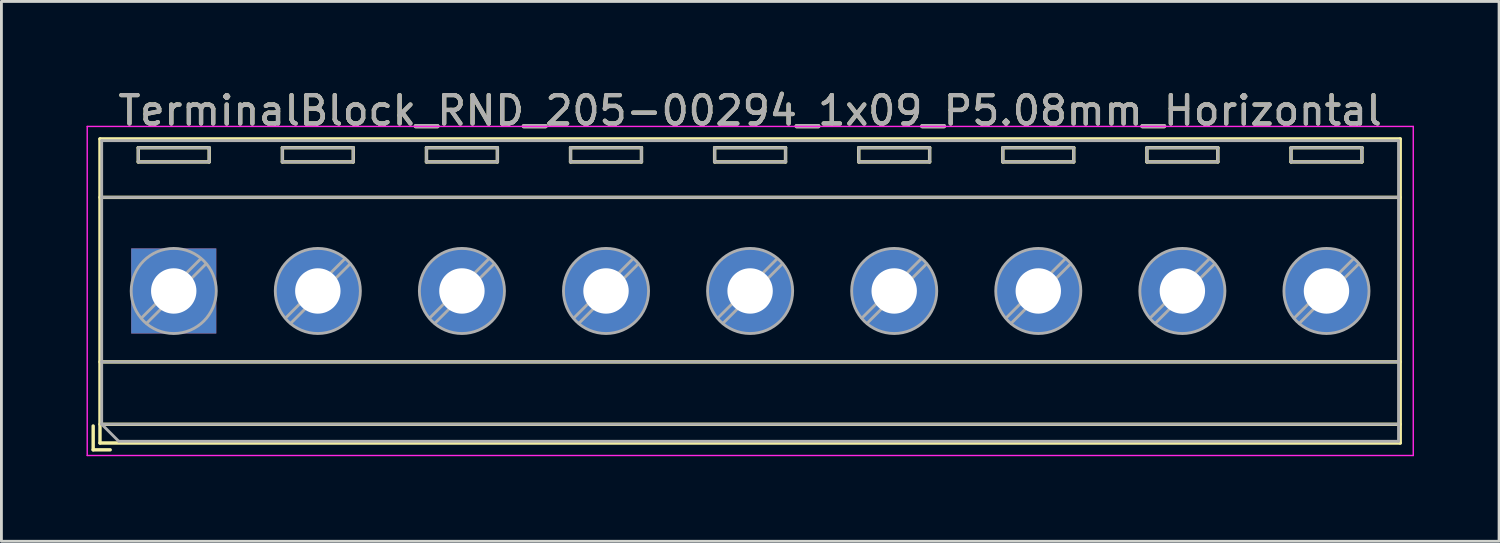
<source format=kicad_pcb>
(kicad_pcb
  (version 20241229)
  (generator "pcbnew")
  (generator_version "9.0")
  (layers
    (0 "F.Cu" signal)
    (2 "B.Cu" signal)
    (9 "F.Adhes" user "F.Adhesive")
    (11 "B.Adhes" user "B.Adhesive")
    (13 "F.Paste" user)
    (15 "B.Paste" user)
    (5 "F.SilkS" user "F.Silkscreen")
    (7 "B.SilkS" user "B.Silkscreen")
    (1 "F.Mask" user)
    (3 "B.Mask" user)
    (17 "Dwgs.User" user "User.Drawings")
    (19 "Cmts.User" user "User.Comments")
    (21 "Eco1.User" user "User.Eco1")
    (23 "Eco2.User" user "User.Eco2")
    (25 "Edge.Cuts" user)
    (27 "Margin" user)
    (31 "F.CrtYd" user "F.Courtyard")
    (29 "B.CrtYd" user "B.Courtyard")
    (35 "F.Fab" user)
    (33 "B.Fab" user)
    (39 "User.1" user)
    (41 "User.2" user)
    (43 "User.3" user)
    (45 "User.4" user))
  (footprint "TerminalBlock_RND_205-00294_1x09_P5.08mm_Horizontal"
    (layer "F.Cu")
    (at 3.075 7.208)
    (property "Reference" "TerminalBlock_RND_205-00294_1x09_P5.08mm_Horizontal" (at 20.32 -6.36 0) (layer "F.SilkS") (effects (font (size 1 1) (thickness 0.15))))
    (attr through_hole)
    (fp_line (start -2.84 4.76) (end -2.84 5.6) (stroke (width 0.12) (type solid)) (layer "F.SilkS"))
    (fp_line (start -2.84 5.6) (end -2.24 5.6) (stroke (width 0.12) (type solid)) (layer "F.SilkS"))
    (fp_line (start -2.6 -5.36) (end -2.6 5.36) (stroke (width 0.12) (type solid)) (layer "F.SilkS"))
    (fp_line (start -2.6 -5.36) (end 43.24 -5.36) (stroke (width 0.12) (type solid)) (layer "F.SilkS"))
    (fp_line (start -2.6 -3.3) (end 43.24 -3.3) (stroke (width 0.12) (type solid)) (layer "F.SilkS"))
    (fp_line (start -2.6 2.5) (end 43.24 2.5) (stroke (width 0.12) (type solid)) (layer "F.SilkS"))
    (fp_line (start -2.6 4.7) (end 43.24 4.7) (stroke (width 0.12) (type solid)) (layer "F.SilkS"))
    (fp_line (start -2.6 5.36) (end 43.24 5.36) (stroke (width 0.12) (type solid)) (layer "F.SilkS"))
    (fp_line (start -1.25 -5.05) (end -1.25 -4.55) (stroke (width 0.12) (type solid)) (layer "F.SilkS"))
    (fp_line (start -1.25 -5.05) (end 1.25 -5.05) (stroke (width 0.12) (type solid)) (layer "F.SilkS"))
    (fp_line (start -1.25 -4.55) (end 1.25 -4.55) (stroke (width 0.12) (type solid)) (layer "F.SilkS"))
    (fp_line (start 1.25 -5.05) (end 1.25 -4.55) (stroke (width 0.12) (type solid)) (layer "F.SilkS"))
    (fp_line (start 3.83 -5.05) (end 3.83 -4.55) (stroke (width 0.12) (type solid)) (layer "F.SilkS"))
    (fp_line (start 3.83 -5.05) (end 6.33 -5.05) (stroke (width 0.12) (type solid)) (layer "F.SilkS"))
    (fp_line (start 3.83 -4.55) (end 6.33 -4.55) (stroke (width 0.12) (type solid)) (layer "F.SilkS"))
    (fp_line (start 6.33 -5.05) (end 6.33 -4.55) (stroke (width 0.12) (type solid)) (layer "F.SilkS"))
    (fp_line (start 8.91 -5.05) (end 8.91 -4.55) (stroke (width 0.12) (type solid)) (layer "F.SilkS"))
    (fp_line (start 8.91 -5.05) (end 11.41 -5.05) (stroke (width 0.12) (type solid)) (layer "F.SilkS"))
    (fp_line (start 8.91 -4.55) (end 11.41 -4.55) (stroke (width 0.12) (type solid)) (layer "F.SilkS"))
    (fp_line (start 11.41 -5.05) (end 11.41 -4.55) (stroke (width 0.12) (type solid)) (layer "F.SilkS"))
    (fp_line (start 13.99 -5.05) (end 13.99 -4.55) (stroke (width 0.12) (type solid)) (layer "F.SilkS"))
    (fp_line (start 13.99 -5.05) (end 16.49 -5.05) (stroke (width 0.12) (type solid)) (layer "F.SilkS"))
    (fp_line (start 13.99 -4.55) (end 16.49 -4.55) (stroke (width 0.12) (type solid)) (layer "F.SilkS"))
    (fp_line (start 16.49 -5.05) (end 16.49 -4.55) (stroke (width 0.12) (type solid)) (layer "F.SilkS"))
    (fp_line (start 19.07 -5.05) (end 19.07 -4.55) (stroke (width 0.12) (type solid)) (layer "F.SilkS"))
    (fp_line (start 19.07 -5.05) (end 21.57 -5.05) (stroke (width 0.12) (type solid)) (layer "F.SilkS"))
    (fp_line (start 19.07 -4.55) (end 21.57 -4.55) (stroke (width 0.12) (type solid)) (layer "F.SilkS"))
    (fp_line (start 21.57 -5.05) (end 21.57 -4.55) (stroke (width 0.12) (type solid)) (layer "F.SilkS"))
    (fp_line (start 24.15 -5.05) (end 24.15 -4.55) (stroke (width 0.12) (type solid)) (layer "F.SilkS"))
    (fp_line (start 24.15 -5.05) (end 26.65 -5.05) (stroke (width 0.12) (type solid)) (layer "F.SilkS"))
    (fp_line (start 24.15 -4.55) (end 26.65 -4.55) (stroke (width 0.12) (type solid)) (layer "F.SilkS"))
    (fp_line (start 26.65 -5.05) (end 26.65 -4.55) (stroke (width 0.12) (type solid)) (layer "F.SilkS"))
    (fp_line (start 29.23 -5.05) (end 29.23 -4.55) (stroke (width 0.12) (type solid)) (layer "F.SilkS"))
    (fp_line (start 29.23 -5.05) (end 31.73 -5.05) (stroke (width 0.12) (type solid)) (layer "F.SilkS"))
    (fp_line (start 29.23 -4.55) (end 31.73 -4.55) (stroke (width 0.12) (type solid)) (layer "F.SilkS"))
    (fp_line (start 31.73 -5.05) (end 31.73 -4.55) (stroke (width 0.12) (type solid)) (layer "F.SilkS"))
    (fp_line (start 34.31 -5.05) (end 34.31 -4.55) (stroke (width 0.12) (type solid)) (layer "F.SilkS"))
    (fp_line (start 34.31 -5.05) (end 36.81 -5.05) (stroke (width 0.12) (type solid)) (layer "F.SilkS"))
    (fp_line (start 34.31 -4.55) (end 36.81 -4.55) (stroke (width 0.12) (type solid)) (layer "F.SilkS"))
    (fp_line (start 36.81 -5.05) (end 36.81 -4.55) (stroke (width 0.12) (type solid)) (layer "F.SilkS"))
    (fp_line (start 39.39 -5.05) (end 39.39 -4.55) (stroke (width 0.12) (type solid)) (layer "F.SilkS"))
    (fp_line (start 39.39 -5.05) (end 41.89 -5.05) (stroke (width 0.12) (type solid)) (layer "F.SilkS"))
    (fp_line (start 39.39 -4.55) (end 41.89 -4.55) (stroke (width 0.12) (type solid)) (layer "F.SilkS"))
    (fp_line (start 41.89 -5.05) (end 41.89 -4.55) (stroke (width 0.12) (type solid)) (layer "F.SilkS"))
    (fp_line (start 43.24 -5.36) (end 43.24 5.36) (stroke (width 0.12) (type solid)) (layer "F.SilkS"))
    (fp_line (start -3.05 -5.8) (end -3.05 5.8) (stroke (width 0.05) (type solid)) (layer "F.CrtYd"))
    (fp_line (start -3.05 5.8) (end 43.7 5.8) (stroke (width 0.05) (type solid)) (layer "F.CrtYd"))
    (fp_line (start 43.7 -5.8) (end -3.05 -5.8) (stroke (width 0.05) (type solid)) (layer "F.CrtYd"))
    (fp_line (start 43.7 5.8) (end 43.7 -5.8) (stroke (width 0.05) (type solid)) (layer "F.CrtYd"))
    (fp_line (start -2.54 -5.3) (end 43.18 -5.3) (stroke (width 0.1) (type solid)) (layer "F.Fab"))
    (fp_line (start -2.54 -3.3) (end 43.18 -3.3) (stroke (width 0.1) (type solid)) (layer "F.Fab"))
    (fp_line (start -2.54 2.5) (end 43.18 2.5) (stroke (width 0.1) (type solid)) (layer "F.Fab"))
    (fp_line (start -2.54 4.7) (end -2.54 -5.3) (stroke (width 0.1) (type solid)) (layer "F.Fab"))
    (fp_line (start -2.54 4.7) (end 43.18 4.7) (stroke (width 0.1) (type solid)) (layer "F.Fab"))
    (fp_line (start -1.94 5.3) (end -2.54 4.7) (stroke (width 0.1) (type solid)) (layer "F.Fab"))
    (fp_line (start -1.25 -5.05) (end -1.25 -4.55) (stroke (width 0.1) (type solid)) (layer "F.Fab"))
    (fp_line (start -1.25 -4.55) (end 1.25 -4.55) (stroke (width 0.1) (type solid)) (layer "F.Fab"))
    (fp_line (start 0.955 -1.138) (end -1.138 0.955) (stroke (width 0.1) (type solid)) (layer "F.Fab"))
    (fp_line (start 1.138 -0.955) (end -0.955 1.138) (stroke (width 0.1) (type solid)) (layer "F.Fab"))
    (fp_line (start 1.25 -5.05) (end -1.25 -5.05) (stroke (width 0.1) (type solid)) (layer "F.Fab"))
    (fp_line (start 1.25 -4.55) (end 1.25 -5.05) (stroke (width 0.1) (type solid)) (layer "F.Fab"))
    (fp_line (start 3.83 -5.05) (end 3.83 -4.55) (stroke (width 0.1) (type solid)) (layer "F.Fab"))
    (fp_line (start 3.83 -4.55) (end 6.33 -4.55) (stroke (width 0.1) (type solid)) (layer "F.Fab"))
    (fp_line (start 6.035 -1.138) (end 3.943 0.955) (stroke (width 0.1) (type solid)) (layer "F.Fab"))
    (fp_line (start 6.218 -0.955) (end 4.126 1.138) (stroke (width 0.1) (type solid)) (layer "F.Fab"))
    (fp_line (start 6.33 -5.05) (end 3.83 -5.05) (stroke (width 0.1) (type solid)) (layer "F.Fab"))
    (fp_line (start 6.33 -4.55) (end 6.33 -5.05) (stroke (width 0.1) (type solid)) (layer "F.Fab"))
    (fp_line (start 8.91 -5.05) (end 8.91 -4.55) (stroke (width 0.1) (type solid)) (layer "F.Fab"))
    (fp_line (start 8.91 -4.55) (end 11.41 -4.55) (stroke (width 0.1) (type solid)) (layer "F.Fab"))
    (fp_line (start 11.115 -1.138) (end 9.023 0.955) (stroke (width 0.1) (type solid)) (layer "F.Fab"))
    (fp_line (start 11.298 -0.955) (end 9.206 1.138) (stroke (width 0.1) (type solid)) (layer "F.Fab"))
    (fp_line (start 11.41 -5.05) (end 8.91 -5.05) (stroke (width 0.1) (type solid)) (layer "F.Fab"))
    (fp_line (start 11.41 -4.55) (end 11.41 -5.05) (stroke (width 0.1) (type solid)) (layer "F.Fab"))
    (fp_line (start 13.99 -5.05) (end 13.99 -4.55) (stroke (width 0.1) (type solid)) (layer "F.Fab"))
    (fp_line (start 13.99 -4.55) (end 16.49 -4.55) (stroke (width 0.1) (type solid)) (layer "F.Fab"))
    (fp_line (start 16.195 -1.138) (end 14.103 0.955) (stroke (width 0.1) (type solid)) (layer "F.Fab"))
    (fp_line (start 16.378 -0.955) (end 14.286 1.138) (stroke (width 0.1) (type solid)) (layer "F.Fab"))
    (fp_line (start 16.49 -5.05) (end 13.99 -5.05) (stroke (width 0.1) (type solid)) (layer "F.Fab"))
    (fp_line (start 16.49 -4.55) (end 16.49 -5.05) (stroke (width 0.1) (type solid)) (layer "F.Fab"))
    (fp_line (start 19.07 -5.05) (end 19.07 -4.55) (stroke (width 0.1) (type solid)) (layer "F.Fab"))
    (fp_line (start 19.07 -4.55) (end 21.57 -4.55) (stroke (width 0.1) (type solid)) (layer "F.Fab"))
    (fp_line (start 21.275 -1.138) (end 19.183 0.955) (stroke (width 0.1) (type solid)) (layer "F.Fab"))
    (fp_line (start 21.458 -0.955) (end 19.366 1.138) (stroke (width 0.1) (type solid)) (layer "F.Fab"))
    (fp_line (start 21.57 -5.05) (end 19.07 -5.05) (stroke (width 0.1) (type solid)) (layer "F.Fab"))
    (fp_line (start 21.57 -4.55) (end 21.57 -5.05) (stroke (width 0.1) (type solid)) (layer "F.Fab"))
    (fp_line (start 24.15 -5.05) (end 24.15 -4.55) (stroke (width 0.1) (type solid)) (layer "F.Fab"))
    (fp_line (start 24.15 -4.55) (end 26.65 -4.55) (stroke (width 0.1) (type solid)) (layer "F.Fab"))
    (fp_line (start 26.355 -1.138) (end 24.263 0.955) (stroke (width 0.1) (type solid)) (layer "F.Fab"))
    (fp_line (start 26.538 -0.955) (end 24.446 1.138) (stroke (width 0.1) (type solid)) (layer "F.Fab"))
    (fp_line (start 26.65 -5.05) (end 24.15 -5.05) (stroke (width 0.1) (type solid)) (layer "F.Fab"))
    (fp_line (start 26.65 -4.55) (end 26.65 -5.05) (stroke (width 0.1) (type solid)) (layer "F.Fab"))
    (fp_line (start 29.23 -5.05) (end 29.23 -4.55) (stroke (width 0.1) (type solid)) (layer "F.Fab"))
    (fp_line (start 29.23 -4.55) (end 31.73 -4.55) (stroke (width 0.1) (type solid)) (layer "F.Fab"))
    (fp_line (start 31.435 -1.138) (end 29.343 0.955) (stroke (width 0.1) (type solid)) (layer "F.Fab"))
    (fp_line (start 31.618 -0.955) (end 29.526 1.138) (stroke (width 0.1) (type solid)) (layer "F.Fab"))
    (fp_line (start 31.73 -5.05) (end 29.23 -5.05) (stroke (width 0.1) (type solid)) (layer "F.Fab"))
    (fp_line (start 31.73 -4.55) (end 31.73 -5.05) (stroke (width 0.1) (type solid)) (layer "F.Fab"))
    (fp_line (start 34.31 -5.05) (end 34.31 -4.55) (stroke (width 0.1) (type solid)) (layer "F.Fab"))
    (fp_line (start 34.31 -4.55) (end 36.81 -4.55) (stroke (width 0.1) (type solid)) (layer "F.Fab"))
    (fp_line (start 36.515 -1.138) (end 34.423 0.955) (stroke (width 0.1) (type solid)) (layer "F.Fab"))
    (fp_line (start 36.698 -0.955) (end 34.606 1.138) (stroke (width 0.1) (type solid)) (layer "F.Fab"))
    (fp_line (start 36.81 -5.05) (end 34.31 -5.05) (stroke (width 0.1) (type solid)) (layer "F.Fab"))
    (fp_line (start 36.81 -4.55) (end 36.81 -5.05) (stroke (width 0.1) (type solid)) (layer "F.Fab"))
    (fp_line (start 39.39 -5.05) (end 39.39 -4.55) (stroke (width 0.1) (type solid)) (layer "F.Fab"))
    (fp_line (start 39.39 -4.55) (end 41.89 -4.55) (stroke (width 0.1) (type solid)) (layer "F.Fab"))
    (fp_line (start 41.595 -1.138) (end 39.503 0.955) (stroke (width 0.1) (type solid)) (layer "F.Fab"))
    (fp_line (start 41.778 -0.955) (end 39.686 1.138) (stroke (width 0.1) (type solid)) (layer "F.Fab"))
    (fp_line (start 41.89 -5.05) (end 39.39 -5.05) (stroke (width 0.1) (type solid)) (layer "F.Fab"))
    (fp_line (start 41.89 -4.55) (end 41.89 -5.05) (stroke (width 0.1) (type solid)) (layer "F.Fab"))
    (fp_line (start 43.18 -5.3) (end 43.18 5.3) (stroke (width 0.1) (type solid)) (layer "F.Fab"))
    (fp_line (start 43.18 5.3) (end -1.94 5.3) (stroke (width 0.1) (type solid)) (layer "F.Fab"))
    (fp_circle (center 0 0) (end 1.5 0) (stroke (width 0.1) (type solid)) (fill no) (layer "F.Fab"))
    (fp_circle (center 5.08 0) (end 6.58 0) (stroke (width 0.1) (type solid)) (fill no) (layer "F.Fab"))
    (fp_circle (center 10.16 0) (end 11.66 0) (stroke (width 0.1) (type solid)) (fill no) (layer "F.Fab"))
    (fp_circle (center 15.24 0) (end 16.74 0) (stroke (width 0.1) (type solid)) (fill no) (layer "F.Fab"))
    (fp_circle (center 20.32 0) (end 21.82 0) (stroke (width 0.1) (type solid)) (fill no) (layer "F.Fab"))
    (fp_circle (center 25.4 0) (end 26.9 0) (stroke (width 0.1) (type solid)) (fill no) (layer "F.Fab"))
    (fp_circle (center 30.48 0) (end 31.98 0) (stroke (width 0.1) (type solid)) (fill no) (layer "F.Fab"))
    (fp_circle (center 35.56 0) (end 37.06 0) (stroke (width 0.1) (type solid)) (fill no) (layer "F.Fab"))
    (fp_circle (center 40.64 0) (end 42.14 0) (stroke (width 0.1) (type solid)) (fill no) (layer "F.Fab"))
    (fp_text user "${REFERENCE}" (at 20.32 -6.36 0) (layer "F.Fab") (effects (font (size 1 1) (thickness 0.15))))
    (pad "1" thru_hole rect (at 0 0) (size 3 3) (drill 1.6) (layers "*.Cu" "*.Mask"))
    (pad "2" thru_hole circle (at 5.08 0) (size 3 3) (drill 1.6) (layers "*.Cu" "*.Mask"))
    (pad "3" thru_hole circle (at 10.16 0) (size 3 3) (drill 1.6) (layers "*.Cu" "*.Mask"))
    (pad "4" thru_hole circle (at 15.24 0) (size 3 3) (drill 1.6) (layers "*.Cu" "*.Mask"))
    (pad "5" thru_hole circle (at 20.32 0) (size 3 3) (drill 1.6) (layers "*.Cu" "*.Mask"))
    (pad "6" thru_hole circle (at 25.4 0) (size 3 3) (drill 1.6) (layers "*.Cu" "*.Mask"))
    (pad "7" thru_hole circle (at 30.48 0) (size 3 3) (drill 1.6) (layers "*.Cu" "*.Mask"))
    (pad "8" thru_hole circle (at 35.56 0) (size 3 3) (drill 1.6) (layers "*.Cu" "*.Mask"))
    (pad "9" thru_hole circle (at 40.64 0) (size 3 3) (drill 1.6) (layers "*.Cu" "*.Mask")))
  (gr_rect
    (start -3 -3)
    (end 49.8 16.033)
    (stroke (width 0.1) (type default))
    (fill no)
    (layer "Edge.Cuts")))
</source>
